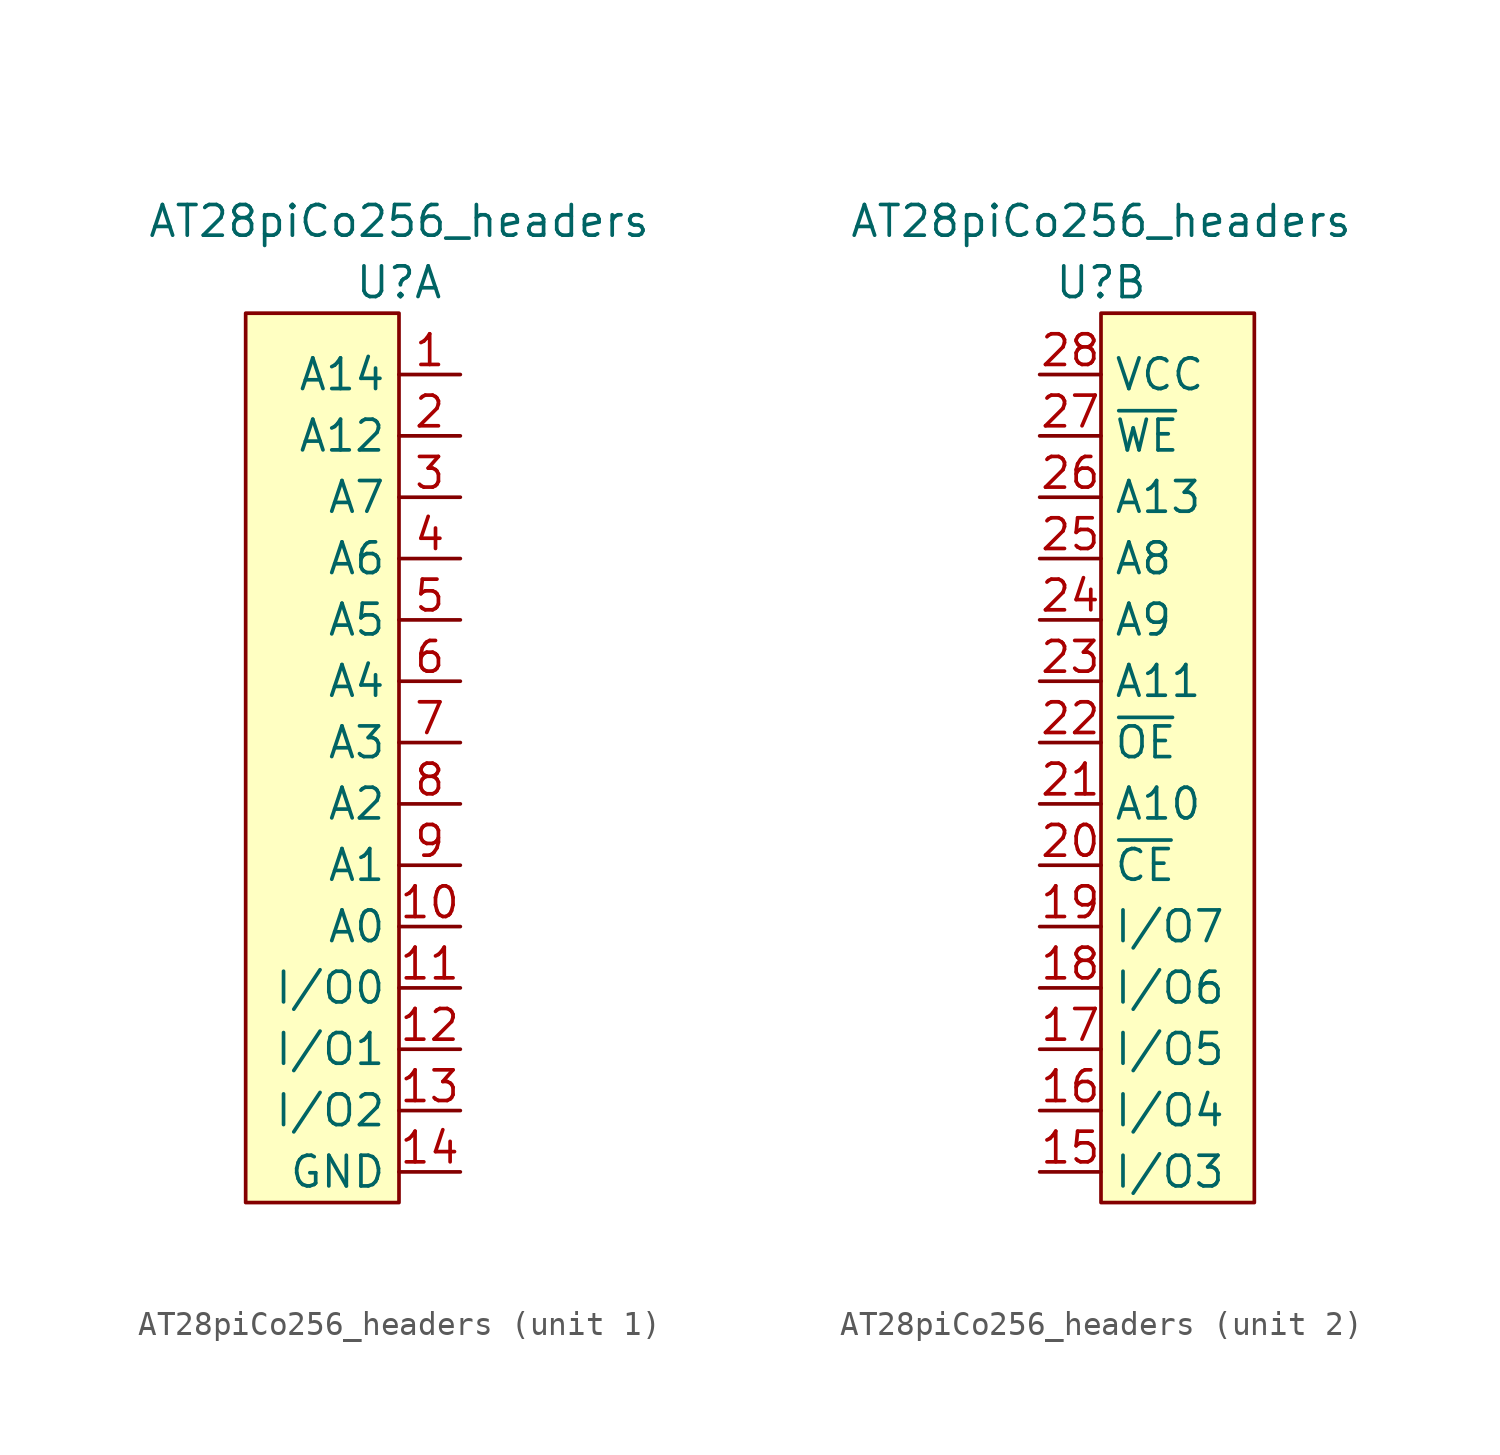
<source format=kicad_sym>
(kicad_symbol_lib
  (version 20211014)
  (generator kicad_symbol_editor)
  (symbol "AT28piCo256_headers"
    (property "Reference" "U"
      (at 0 1.27 0)
      (effects (font (size 1.27 1.27))))
    (property "Value" "AT28piCo256_headers"
      (at 0 3.81 0)
      (effects (font (size 1.27 1.27))))
    (property "ki_locked" ""
      (at 0 0 0)
      (effects (font (size 1.27 1.27))))
    (symbol "AT28piCo256_headers_1_1"
      (rectangle (start -6.35 0) (end 0 -36.83) (stroke (width 0) (type default) (color 0 0 0 0)) (fill (type background)))
      (pin output line (at 2.54 -2.54 180) (length 2.54) (name "A14" (effects (font (size 1.27 1.27)))) (number "1" (effects (font (size 1.27 1.27)))))
      (pin output line (at 2.54 -25.4 180) (length 2.54) (name "A0" (effects (font (size 1.27 1.27)))) (number "10" (effects (font (size 1.27 1.27)))))
      (pin bidirectional line (at 2.54 -27.94 180) (length 2.54) (name "I/O0" (effects (font (size 1.27 1.27)))) (number "11" (effects (font (size 1.27 1.27)))))
      (pin bidirectional line (at 2.54 -30.48 180) (length 2.54) (name "I/O1" (effects (font (size 1.27 1.27)))) (number "12" (effects (font (size 1.27 1.27)))))
      (pin bidirectional line (at 2.54 -33.02 180) (length 2.54) (name "I/O2" (effects (font (size 1.27 1.27)))) (number "13" (effects (font (size 1.27 1.27)))))
      (pin power_out line (at 2.54 -35.56 180) (length 2.54) (name "GND" (effects (font (size 1.27 1.27)))) (number "14" (effects (font (size 1.27 1.27)))))
      (pin output line (at 2.54 -5.08 180) (length 2.54) (name "A12" (effects (font (size 1.27 1.27)))) (number "2" (effects (font (size 1.27 1.27)))))
      (pin output line (at 2.54 -7.62 180) (length 2.54) (name "A7" (effects (font (size 1.27 1.27)))) (number "3" (effects (font (size 1.27 1.27)))))
      (pin output line (at 2.54 -10.16 180) (length 2.54) (name "A6" (effects (font (size 1.27 1.27)))) (number "4" (effects (font (size 1.27 1.27)))))
      (pin output line (at 2.54 -12.7 180) (length 2.54) (name "A5" (effects (font (size 1.27 1.27)))) (number "5" (effects (font (size 1.27 1.27)))))
      (pin output line (at 2.54 -15.24 180) (length 2.54) (name "A4" (effects (font (size 1.27 1.27)))) (number "6" (effects (font (size 1.27 1.27)))))
      (pin output line (at 2.54 -17.78 180) (length 2.54) (name "A3" (effects (font (size 1.27 1.27)))) (number "7" (effects (font (size 1.27 1.27)))))
      (pin output line (at 2.54 -20.32 180) (length 2.54) (name "A2" (effects (font (size 1.27 1.27)))) (number "8" (effects (font (size 1.27 1.27)))))
      (pin output line (at 2.54 -22.86 180) (length 2.54) (name "A1" (effects (font (size 1.27 1.27)))) (number "9" (effects (font (size 1.27 1.27))))))
    (symbol "AT28piCo256_headers_2_1"
      (rectangle (start 0 0) (end 6.35 -36.83) (stroke (width 0) (type default) (color 0 0 0 0)) (fill (type background)))
      (pin output line (at -2.54 -35.56 0) (length 2.54) (name "I/O3" (effects (font (size 1.27 1.27)))) (number "15" (effects (font (size 1.27 1.27)))))
      (pin output line (at -2.54 -33.02 0) (length 2.54) (name "I/O4" (effects (font (size 1.27 1.27)))) (number "16" (effects (font (size 1.27 1.27)))))
      (pin output line (at -2.54 -30.48 0) (length 2.54) (name "I/O5" (effects (font (size 1.27 1.27)))) (number "17" (effects (font (size 1.27 1.27)))))
      (pin output line (at -2.54 -27.94 0) (length 2.54) (name "I/O6" (effects (font (size 1.27 1.27)))) (number "18" (effects (font (size 1.27 1.27)))))
      (pin output line (at -2.54 -25.4 0) (length 2.54) (name "I/O7" (effects (font (size 1.27 1.27)))) (number "19" (effects (font (size 1.27 1.27)))))
      (pin output line (at -2.54 -22.86 0) (length 2.54) (name "~{CE}" (effects (font (size 1.27 1.27)))) (number "20" (effects (font (size 1.27 1.27)))))
      (pin output line (at -2.54 -20.32 0) (length 2.54) (name "A10" (effects (font (size 1.27 1.27)))) (number "21" (effects (font (size 1.27 1.27)))))
      (pin output line (at -2.54 -17.78 0) (length 2.54) (name "~{OE}" (effects (font (size 1.27 1.27)))) (number "22" (effects (font (size 1.27 1.27)))))
      (pin output line (at -2.54 -15.24 0) (length 2.54) (name "A11" (effects (font (size 1.27 1.27)))) (number "23" (effects (font (size 1.27 1.27)))))
      (pin output line (at -2.54 -12.7 0) (length 2.54) (name "A9" (effects (font (size 1.27 1.27)))) (number "24" (effects (font (size 1.27 1.27)))))
      (pin output line (at -2.54 -10.16 0) (length 2.54) (name "A8" (effects (font (size 1.27 1.27)))) (number "25" (effects (font (size 1.27 1.27)))))
      (pin output line (at -2.54 -7.62 0) (length 2.54) (name "A13" (effects (font (size 1.27 1.27)))) (number "26" (effects (font (size 1.27 1.27)))))
      (pin output line (at -2.54 -5.08 0) (length 2.54) (name "~{WE}" (effects (font (size 1.27 1.27)))) (number "27" (effects (font (size 1.27 1.27)))))
      (pin power_out line (at -2.54 -2.54 0) (length 2.54) (name "VCC" (effects (font (size 1.27 1.27)))) (number "28" (effects (font (size 1.27 1.27))))))))
</source>
